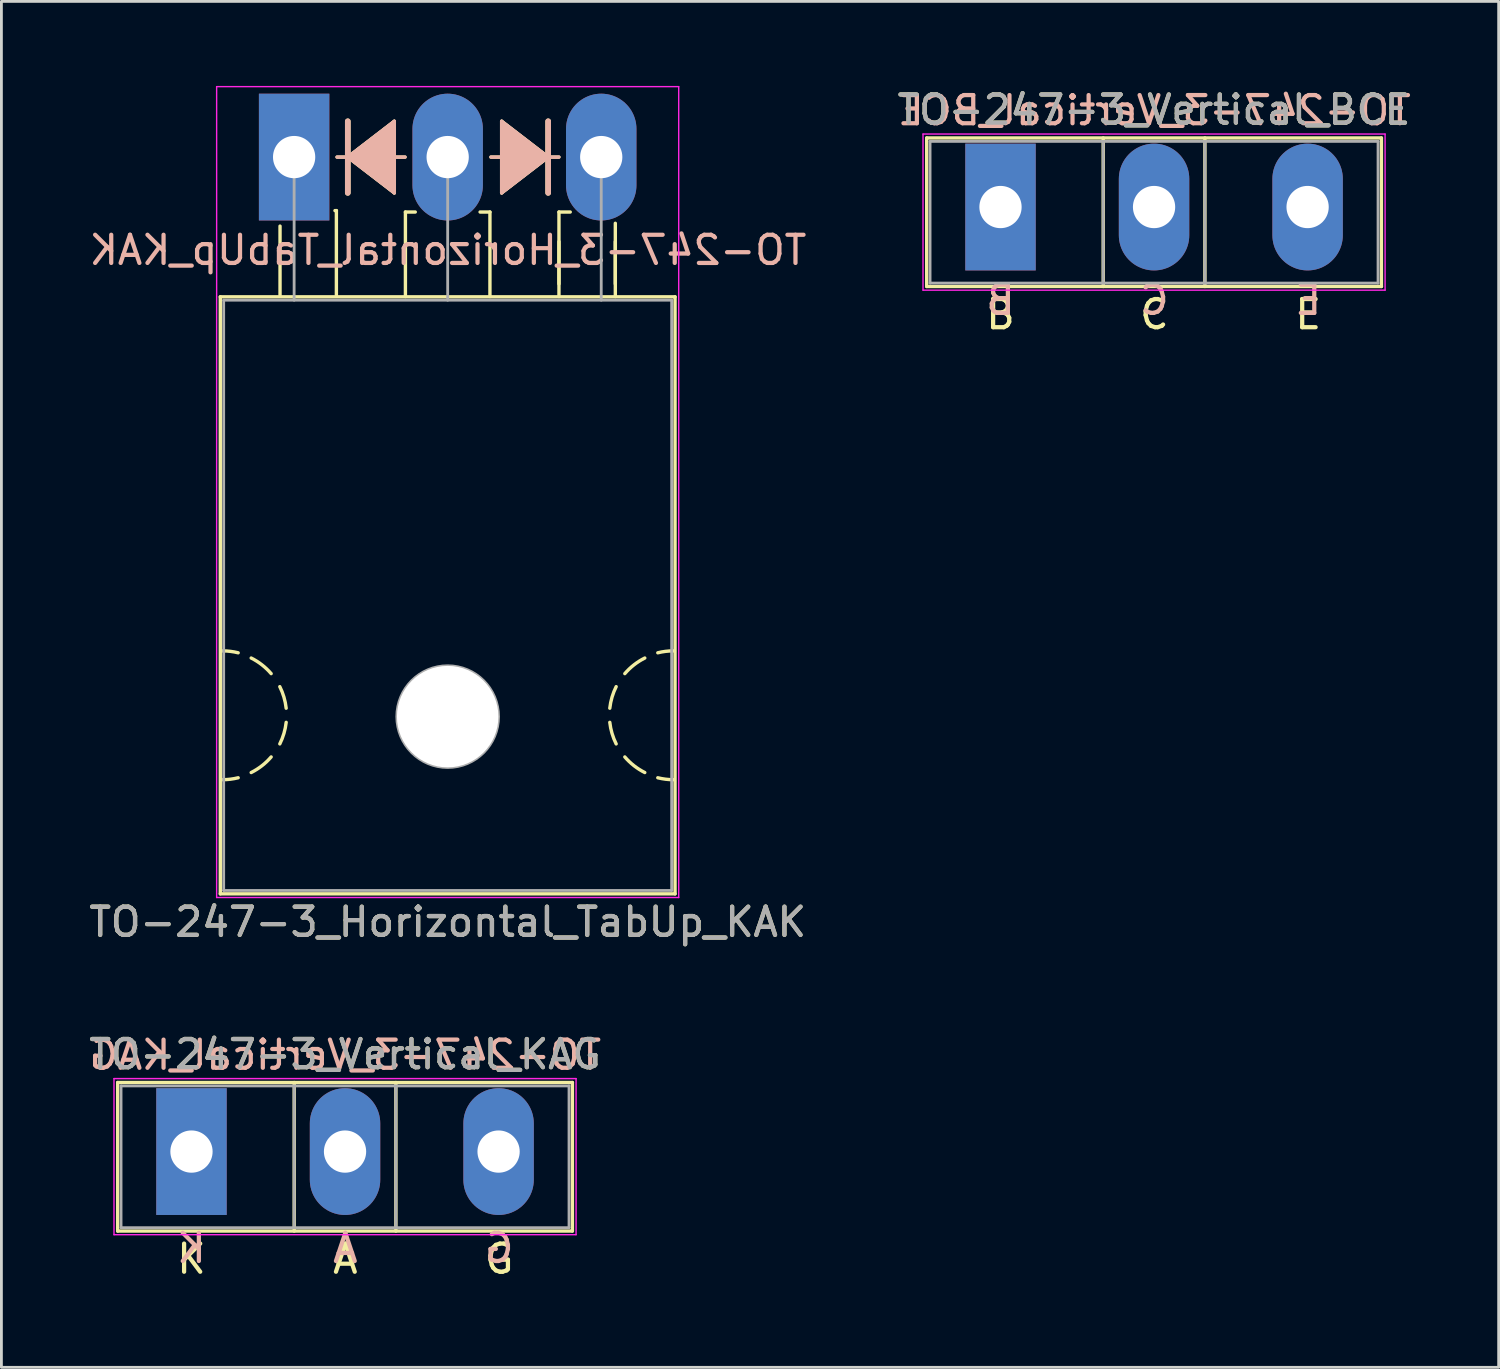
<source format=kicad_pcb>
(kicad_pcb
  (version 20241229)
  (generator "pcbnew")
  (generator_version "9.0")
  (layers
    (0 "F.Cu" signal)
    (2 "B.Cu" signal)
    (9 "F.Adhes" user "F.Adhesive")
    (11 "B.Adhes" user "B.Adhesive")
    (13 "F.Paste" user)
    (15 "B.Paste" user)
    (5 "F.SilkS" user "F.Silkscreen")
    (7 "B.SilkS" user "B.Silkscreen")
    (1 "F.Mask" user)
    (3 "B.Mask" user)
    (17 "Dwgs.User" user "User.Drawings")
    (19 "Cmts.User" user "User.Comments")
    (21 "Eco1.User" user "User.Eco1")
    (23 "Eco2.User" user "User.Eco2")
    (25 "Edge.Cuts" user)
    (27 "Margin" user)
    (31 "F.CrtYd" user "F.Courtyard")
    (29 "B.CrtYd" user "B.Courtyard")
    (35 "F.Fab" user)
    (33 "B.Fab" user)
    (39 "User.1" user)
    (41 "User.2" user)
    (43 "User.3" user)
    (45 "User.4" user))
  (footprint "TO-247-3_Vertical_KAG"
    (layer "F.Cu")
    (at 3.746 37.822)
    (property "Reference" "TO-247-3_Vertical_KAG" (at 5.45 -3.45 0) (layer "F.SilkS") (effects (font (size 1 1) (thickness 0.15))))
    (fp_line (start -2.62 -2.451) (end -2.62 2.82) (stroke (width 0.12) (type solid)) (layer "F.SilkS"))
    (fp_line (start -2.62 -2.451) (end 13.52 -2.451) (stroke (width 0.12) (type solid)) (layer "F.SilkS"))
    (fp_line (start -2.62 2.82) (end 13.52 2.82) (stroke (width 0.12) (type solid)) (layer "F.SilkS"))
    (fp_line (start 3.646 -2.451) (end 3.646 2.82) (stroke (width 0.12) (type solid)) (layer "F.SilkS"))
    (fp_line (start 7.255 -2.451) (end 7.255 2.82) (stroke (width 0.12) (type solid)) (layer "F.SilkS"))
    (fp_line (start 13.52 -2.451) (end 13.52 2.82) (stroke (width 0.12) (type solid)) (layer "F.SilkS"))
    (fp_line (start -2.75 -2.59) (end -2.75 2.95) (stroke (width 0.05) (type solid)) (layer "F.CrtYd"))
    (fp_line (start -2.75 2.95) (end 13.65 2.95) (stroke (width 0.05) (type solid)) (layer "F.CrtYd"))
    (fp_line (start 13.65 -2.59) (end -2.75 -2.59) (stroke (width 0.05) (type solid)) (layer "F.CrtYd"))
    (fp_line (start 13.65 2.95) (end 13.65 -2.59) (stroke (width 0.05) (type solid)) (layer "F.CrtYd"))
    (fp_line (start -2.5 -2.33) (end -2.5 2.7) (stroke (width 0.1) (type solid)) (layer "F.Fab"))
    (fp_line (start -2.5 2.7) (end 13.4 2.7) (stroke (width 0.1) (type solid)) (layer "F.Fab"))
    (fp_line (start 3.645 -2.33) (end 3.645 2.7) (stroke (width 0.1) (type solid)) (layer "F.Fab"))
    (fp_line (start 7.255 -2.33) (end 7.255 2.7) (stroke (width 0.1) (type solid)) (layer "F.Fab"))
    (fp_line (start 13.4 -2.33) (end -2.5 -2.33) (stroke (width 0.1) (type solid)) (layer "F.Fab"))
    (fp_line (start 13.4 2.7) (end 13.4 -2.33) (stroke (width 0.1) (type solid)) (layer "F.Fab"))
    (fp_text user "K" (at 0 3.81 0) (unlocked yes) (layer "F.SilkS") (effects (font (size 1 1) (thickness 0.15))))
    (fp_text user "A" (at 5.461 3.81 0) (unlocked yes) (layer "F.SilkS") (effects (font (size 1 1) (thickness 0.15))))
    (fp_text user "G" (at 10.922 3.81 0) (unlocked yes) (layer "F.SilkS") (effects (font (size 1 1) (thickness 0.15))))
    (fp_text user "A" (at 5.461 3.429 0) (unlocked yes) (layer "B.SilkS") (effects (font (size 1 1) (thickness 0.15)) (justify mirror)))
    (fp_text user "K" (at 0 3.429 0) (unlocked yes) (layer "B.SilkS") (effects (font (size 1 1) (thickness 0.15)) (justify mirror)))
    (fp_text user "G" (at 10.922 3.429 0) (unlocked yes) (layer "B.SilkS") (effects (font (size 1 1) (thickness 0.15)) (justify mirror)))
    (fp_text user "${REFERENCE}" (at 5.461 -3.429 0) (layer "B.SilkS") (effects (font (size 1 1) (thickness 0.15)) (justify mirror)))
    (fp_text user "${REFERENCE}" (at 5.45 -3.45 0) (layer "F.Fab") (effects (font (size 1 1) (thickness 0.15))))
    (pad "1" thru_hole rect (at 0 0) (size 2.5 4.5) (drill 1.5) (layers "*.Cu" "*.Mask"))
    (pad "2" thru_hole oval (at 5.45 0) (size 2.5 4.5) (drill 1.5) (layers "*.Cu" "*.Mask"))
    (pad "3" thru_hole oval (at 10.9 0) (size 2.5 4.5) (drill 1.5) (layers "*.Cu" "*.Mask")))
  (footprint "TO-247-3_Horizontal_TabUp_KAK"
    (layer "F.Cu")
    (at 7.389 2.525)
    (property "Reference" "TO-247-3_Horizontal_TabUp_KAK" (at 5.45 27.15 0) (layer "F.SilkS") (effects (font (size 1 1) (thickness 0.15))))
    (fp_line (start -2.62 4.96) (end -2.62 26.15) (stroke (width 0.12) (type solid)) (layer "F.SilkS"))
    (fp_line (start -2.62 4.96) (end 13.52 4.96) (stroke (width 0.12) (type solid)) (layer "F.SilkS"))
    (fp_line (start -2.62 26.15) (end 13.52 26.15) (stroke (width 0.12) (type solid)) (layer "F.SilkS"))
    (fp_line (start -0.5 4.9) (end -0.5 2.45) (stroke (width 0.12) (type solid)) (layer "F.SilkS"))
    (fp_line (start 1.5 1.9) (end 1.45 1.9) (stroke (width 0.12) (type solid)) (layer "F.SilkS"))
    (fp_line (start 1.5 4.9) (end 1.5 1.9) (stroke (width 0.12) (type solid)) (layer "F.SilkS"))
    (fp_line (start 1.524 0) (end 1.905 0) (stroke (width 0.12) (type solid)) (layer "F.SilkS"))
    (fp_line (start 1.905 -1.27) (end 1.905 0) (stroke (width 0.2) (type solid)) (layer "F.SilkS"))
    (fp_line (start 1.905 0) (end 1.905 1.27) (stroke (width 0.2) (type solid)) (layer "F.SilkS"))
    (fp_line (start 1.905 0) (end 3.556 1.27) (stroke (width 0.12) (type solid)) (layer "F.SilkS"))
    (fp_line (start 3.556 -1.27) (end 1.905 0) (stroke (width 0.12) (type solid)) (layer "F.SilkS"))
    (fp_line (start 3.556 1.27) (end 3.556 -1.27) (stroke (width 0.12) (type solid)) (layer "F.SilkS"))
    (fp_line (start 3.937 0) (end 3.556 0) (stroke (width 0.12) (type solid)) (layer "F.SilkS"))
    (fp_line (start 3.95 1.95) (end 4.3 1.95) (stroke (width 0.12) (type solid)) (layer "F.SilkS"))
    (fp_line (start 3.95 4.95) (end 3.95 1.95) (stroke (width 0.12) (type solid)) (layer "F.SilkS"))
    (fp_line (start 6.95 1.95) (end 6.6 1.95) (stroke (width 0.12) (type solid)) (layer "F.SilkS"))
    (fp_line (start 6.95 4.95) (end 6.95 1.95) (stroke (width 0.12) (type solid)) (layer "F.SilkS"))
    (fp_line (start 6.985 0) (end 7.366 0) (stroke (width 0.12) (type solid)) (layer "F.SilkS"))
    (fp_line (start 7.366 -1.27) (end 7.366 1.27) (stroke (width 0.12) (type solid)) (layer "F.SilkS"))
    (fp_line (start 7.366 1.27) (end 9.017 0) (stroke (width 0.12) (type solid)) (layer "F.SilkS"))
    (fp_line (start 9.017 0) (end 7.366 -1.27) (stroke (width 0.12) (type solid)) (layer "F.SilkS"))
    (fp_line (start 9.017 0) (end 9.017 -1.27) (stroke (width 0.2) (type solid)) (layer "F.SilkS"))
    (fp_line (start 9.017 1.27) (end 9.017 0) (stroke (width 0.2) (type solid)) (layer "F.SilkS"))
    (fp_line (start 9.398 0) (end 9.017 0) (stroke (width 0.12) (type solid)) (layer "F.SilkS"))
    (fp_line (start 9.4 1.95) (end 9.8 1.95) (stroke (width 0.12) (type solid)) (layer "F.SilkS"))
    (fp_line (start 9.4 4.5) (end 9.4 3) (stroke (width 0.12) (type solid)) (layer "F.SilkS"))
    (fp_line (start 9.4 4.95) (end 9.4 1.95) (stroke (width 0.12) (type solid)) (layer "F.SilkS"))
    (fp_line (start 11.4 4.5) (end 11.4 3) (stroke (width 0.12) (type solid)) (layer "F.SilkS"))
    (fp_line (start 11.4 4.95) (end 11.4 2.35) (stroke (width 0.12) (type solid)) (layer "F.SilkS"))
    (fp_line (start 13.52 4.96) (end 13.52 26.15) (stroke (width 0.12) (type solid)) (layer "F.SilkS"))
    (fp_arc (start -2.54 17.526) (mid -2.260689 17.543128) (end -1.985564 17.594254) (stroke (width 0.12) (type solid)) (layer "F.SilkS"))
    (fp_arc (start -1.985564 22.029746) (mid -2.260689 22.080872) (end -2.54 22.098) (stroke (width 0.12) (type solid)) (layer "F.SilkS"))
    (fp_arc (start -1.524001 17.780001) (mid -1.14188 18.02132) (end -0.815088 18.333504) (stroke (width 0.12) (type solid)) (layer "F.SilkS"))
    (fp_arc (start -0.815087 21.290497) (mid -1.141879 21.60268) (end -1.524 21.844) (stroke (width 0.12) (type solid)) (layer "F.SilkS"))
    (fp_arc (start -0.508001 18.796001) (mid -0.361178 19.168563) (end -0.282051 19.561117) (stroke (width 0.12) (type solid)) (layer "F.SilkS"))
    (fp_arc (start -0.282051 20.062883) (mid -0.361178 20.455437) (end -0.508001 20.827999) (stroke (width 0.12) (type solid)) (layer "F.SilkS"))
    (fp_arc (start 11.204051 19.561117) (mid 11.283178 19.168563) (end 11.430001 18.796001) (stroke (width 0.12) (type solid)) (layer "F.SilkS"))
    (fp_arc (start 11.430001 20.827999) (mid 11.283178 20.455437) (end 11.204051 20.062883) (stroke (width 0.12) (type solid)) (layer "F.SilkS"))
    (fp_arc (start 11.737087 18.333503) (mid 12.063879 18.02132) (end 12.446 17.78) (stroke (width 0.12) (type solid)) (layer "F.SilkS"))
    (fp_arc (start 12.446001 21.843999) (mid 12.06388 21.60268) (end 11.737088 21.290496) (stroke (width 0.12) (type solid)) (layer "F.SilkS"))
    (fp_arc (start 12.907564 17.594254) (mid 13.182689 17.543128) (end 13.462 17.526) (stroke (width 0.12) (type solid)) (layer "F.SilkS"))
    (fp_arc (start 13.462 22.098) (mid 13.182689 22.080872) (end 12.907564 22.029746) (stroke (width 0.12) (type solid)) (layer "F.SilkS"))
    (fp_poly (pts (xy 3.556 1.27) (xy 1.905 0) (xy 3.556 -1.27)) (stroke (width 0.1) (type solid)) (fill yes) (layer "F.SilkS"))
    (fp_poly (pts (xy 9.017 0) (xy 7.366 1.27) (xy 7.366 -1.27)) (stroke (width 0.1) (type solid)) (fill yes) (layer "F.SilkS"))
    (fp_line (start 1.524 0) (end 1.905 0) (stroke (width 0.12) (type solid)) (layer "B.SilkS"))
    (fp_line (start 1.905 0) (end 1.905 -1.27) (stroke (width 0.2) (type solid)) (layer "B.SilkS"))
    (fp_line (start 1.905 0) (end 3.556 -1.27) (stroke (width 0.12) (type solid)) (layer "B.SilkS"))
    (fp_line (start 1.905 1.27) (end 1.905 0) (stroke (width 0.2) (type solid)) (layer "B.SilkS"))
    (fp_line (start 3.556 -1.27) (end 3.556 1.27) (stroke (width 0.12) (type solid)) (layer "B.SilkS"))
    (fp_line (start 3.556 1.27) (end 1.905 0) (stroke (width 0.12) (type solid)) (layer "B.SilkS"))
    (fp_line (start 3.937 0) (end 3.556 0) (stroke (width 0.12) (type solid)) (layer "B.SilkS"))
    (fp_line (start 6.985 0) (end 7.366 0) (stroke (width 0.12) (type solid)) (layer "B.SilkS"))
    (fp_line (start 7.366 -1.27) (end 9.017 0) (stroke (width 0.12) (type solid)) (layer "B.SilkS"))
    (fp_line (start 7.366 1.27) (end 7.366 -1.27) (stroke (width 0.12) (type solid)) (layer "B.SilkS"))
    (fp_line (start 9.017 -1.27) (end 9.017 0) (stroke (width 0.2) (type solid)) (layer "B.SilkS"))
    (fp_line (start 9.017 0) (end 7.366 1.27) (stroke (width 0.12) (type solid)) (layer "B.SilkS"))
    (fp_line (start 9.017 0) (end 9.017 1.27) (stroke (width 0.2) (type solid)) (layer "B.SilkS"))
    (fp_line (start 9.398 0) (end 9.017 0) (stroke (width 0.12) (type solid)) (layer "B.SilkS"))
    (fp_poly (pts (xy 3.556 -1.27) (xy 1.905 0) (xy 3.556 1.27)) (stroke (width 0.1) (type solid)) (fill yes) (layer "B.SilkS"))
    (fp_poly (pts (xy 7.366 1.27) (xy 9.017 0) (xy 7.366 -1.27)) (stroke (width 0.1) (type solid)) (fill yes) (layer "B.SilkS"))
    (fp_line (start -2.75 -2.5) (end -2.75 26.28) (stroke (width 0.05) (type solid)) (layer "F.CrtYd"))
    (fp_line (start -2.75 26.28) (end 13.65 26.28) (stroke (width 0.05) (type solid)) (layer "F.CrtYd"))
    (fp_line (start 13.65 -2.5) (end -2.75 -2.5) (stroke (width 0.05) (type solid)) (layer "F.CrtYd"))
    (fp_line (start 13.65 26.28) (end 13.65 -2.5) (stroke (width 0.05) (type solid)) (layer "F.CrtYd"))
    (fp_line (start -2.5 5.08) (end -2.5 26.03) (stroke (width 0.1) (type solid)) (layer "F.Fab"))
    (fp_line (start -2.5 26.03) (end 13.4 26.03) (stroke (width 0.1) (type solid)) (layer "F.Fab"))
    (fp_line (start 0 5.08) (end 0 0) (stroke (width 0.1) (type solid)) (layer "F.Fab"))
    (fp_line (start 5.45 5.08) (end 5.45 0) (stroke (width 0.1) (type solid)) (layer "F.Fab"))
    (fp_line (start 10.9 5.08) (end 10.9 0) (stroke (width 0.1) (type solid)) (layer "F.Fab"))
    (fp_line (start 13.4 5.08) (end -2.5 5.08) (stroke (width 0.1) (type solid)) (layer "F.Fab"))
    (fp_line (start 13.4 26.03) (end 13.4 5.08) (stroke (width 0.1) (type solid)) (layer "F.Fab"))
    (fp_circle (center 5.45 19.86) (end 7.255 19.86) (stroke (width 0.1) (type solid)) (fill no) (layer "F.Fab"))
    (fp_text user "${REFERENCE}" (at 5.461 3.302 0) (layer "B.SilkS") (effects (font (size 1 1) (thickness 0.15)) (justify mirror)))
    (fp_text user "${REFERENCE}" (at 5.45 27.15 0) (layer "F.Fab") (effects (font (size 1 1) (thickness 0.15))))
    (pad "" np_thru_hole oval (at 5.45 19.86) (size 3.6 3.6) (drill 3.6) (layers "*.Cu" "*.Mask"))
    (pad "1" thru_hole rect (at 0 0) (size 2.5 4.5) (drill 1.5) (layers "*.Cu" "*.Mask"))
    (pad "2" thru_hole oval (at 5.45 0) (size 2.5 4.5) (drill 1.5) (layers "*.Cu" "*.Mask"))
    (pad "3" thru_hole oval (at 10.9 0) (size 2.5 4.5) (drill 1.5) (layers "*.Cu" "*.Mask")))
  (footprint "TO-247-3_Vertical_BCE"
    (layer "F.Cu")
    (at 32.46 4.298)
    (property "Reference" "TO-247-3_Vertical_BCE" (at 5.45 -3.45 0) (layer "F.SilkS") (effects (font (size 1 1) (thickness 0.15))))
    (fp_line (start -2.62 -2.451) (end -2.62 2.82) (stroke (width 0.12) (type solid)) (layer "F.SilkS"))
    (fp_line (start -2.62 -2.451) (end 13.52 -2.451) (stroke (width 0.12) (type solid)) (layer "F.SilkS"))
    (fp_line (start -2.62 2.82) (end 13.52 2.82) (stroke (width 0.12) (type solid)) (layer "F.SilkS"))
    (fp_line (start 3.646 -2.451) (end 3.646 2.82) (stroke (width 0.12) (type solid)) (layer "F.SilkS"))
    (fp_line (start 7.255 -2.451) (end 7.255 2.82) (stroke (width 0.12) (type solid)) (layer "F.SilkS"))
    (fp_line (start 13.52 -2.451) (end 13.52 2.82) (stroke (width 0.12) (type solid)) (layer "F.SilkS"))
    (fp_line (start -2.75 -2.59) (end -2.75 2.95) (stroke (width 0.05) (type solid)) (layer "F.CrtYd"))
    (fp_line (start -2.75 2.95) (end 13.65 2.95) (stroke (width 0.05) (type solid)) (layer "F.CrtYd"))
    (fp_line (start 13.65 -2.59) (end -2.75 -2.59) (stroke (width 0.05) (type solid)) (layer "F.CrtYd"))
    (fp_line (start 13.65 2.95) (end 13.65 -2.59) (stroke (width 0.05) (type solid)) (layer "F.CrtYd"))
    (fp_line (start -2.5 -2.33) (end -2.5 2.7) (stroke (width 0.1) (type solid)) (layer "F.Fab"))
    (fp_line (start -2.5 2.7) (end 13.4 2.7) (stroke (width 0.1) (type solid)) (layer "F.Fab"))
    (fp_line (start 3.645 -2.33) (end 3.645 2.7) (stroke (width 0.1) (type solid)) (layer "F.Fab"))
    (fp_line (start 7.255 -2.33) (end 7.255 2.7) (stroke (width 0.1) (type solid)) (layer "F.Fab"))
    (fp_line (start 13.4 -2.33) (end -2.5 -2.33) (stroke (width 0.1) (type solid)) (layer "F.Fab"))
    (fp_line (start 13.4 2.7) (end 13.4 -2.33) (stroke (width 0.1) (type solid)) (layer "F.Fab"))
    (fp_text user "E" (at 10.922 3.81 0) (unlocked yes) (layer "F.SilkS") (effects (font (size 1 1) (thickness 0.15))))
    (fp_text user "B" (at 0 3.81 0) (unlocked yes) (layer "F.SilkS") (effects (font (size 1 1) (thickness 0.15))))
    (fp_text user "C" (at 5.461 3.81 0) (unlocked yes) (layer "F.SilkS") (effects (font (size 1 1) (thickness 0.15))))
    (fp_text user "${REFERENCE}" (at 5.461 -3.429 0) (layer "B.SilkS") (effects (font (size 1 1) (thickness 0.15)) (justify mirror)))
    (fp_text user "C" (at 5.461 3.302 0) (unlocked yes) (layer "B.SilkS") (effects (font (size 1 1) (thickness 0.15)) (justify mirror)))
    (fp_text user "B" (at 0 3.302 0) (unlocked yes) (layer "B.SilkS") (effects (font (size 1 1) (thickness 0.15)) (justify mirror)))
    (fp_text user "E" (at 10.922 3.302 0) (unlocked yes) (layer "B.SilkS") (effects (font (size 1 1) (thickness 0.15)) (justify mirror)))
    (fp_text user "${REFERENCE}" (at 5.45 -3.45 0) (layer "F.Fab") (effects (font (size 1 1) (thickness 0.15))))
    (pad "1" thru_hole rect (at 0 0) (size 2.5 4.5) (drill 1.5) (layers "*.Cu" "*.Mask"))
    (pad "2" thru_hole oval (at 5.45 0) (size 2.5 4.5) (drill 1.5) (layers "*.Cu" "*.Mask"))
    (pad "3" thru_hole oval (at 10.9 0) (size 2.5 4.5) (drill 1.5) (layers "*.Cu" "*.Mask")))
  (gr_rect
    (start -3 -3)
    (end 50.141 45.48)
    (stroke (width 0.1) (type default))
    (fill no)
    (layer "Edge.Cuts")))
</source>
